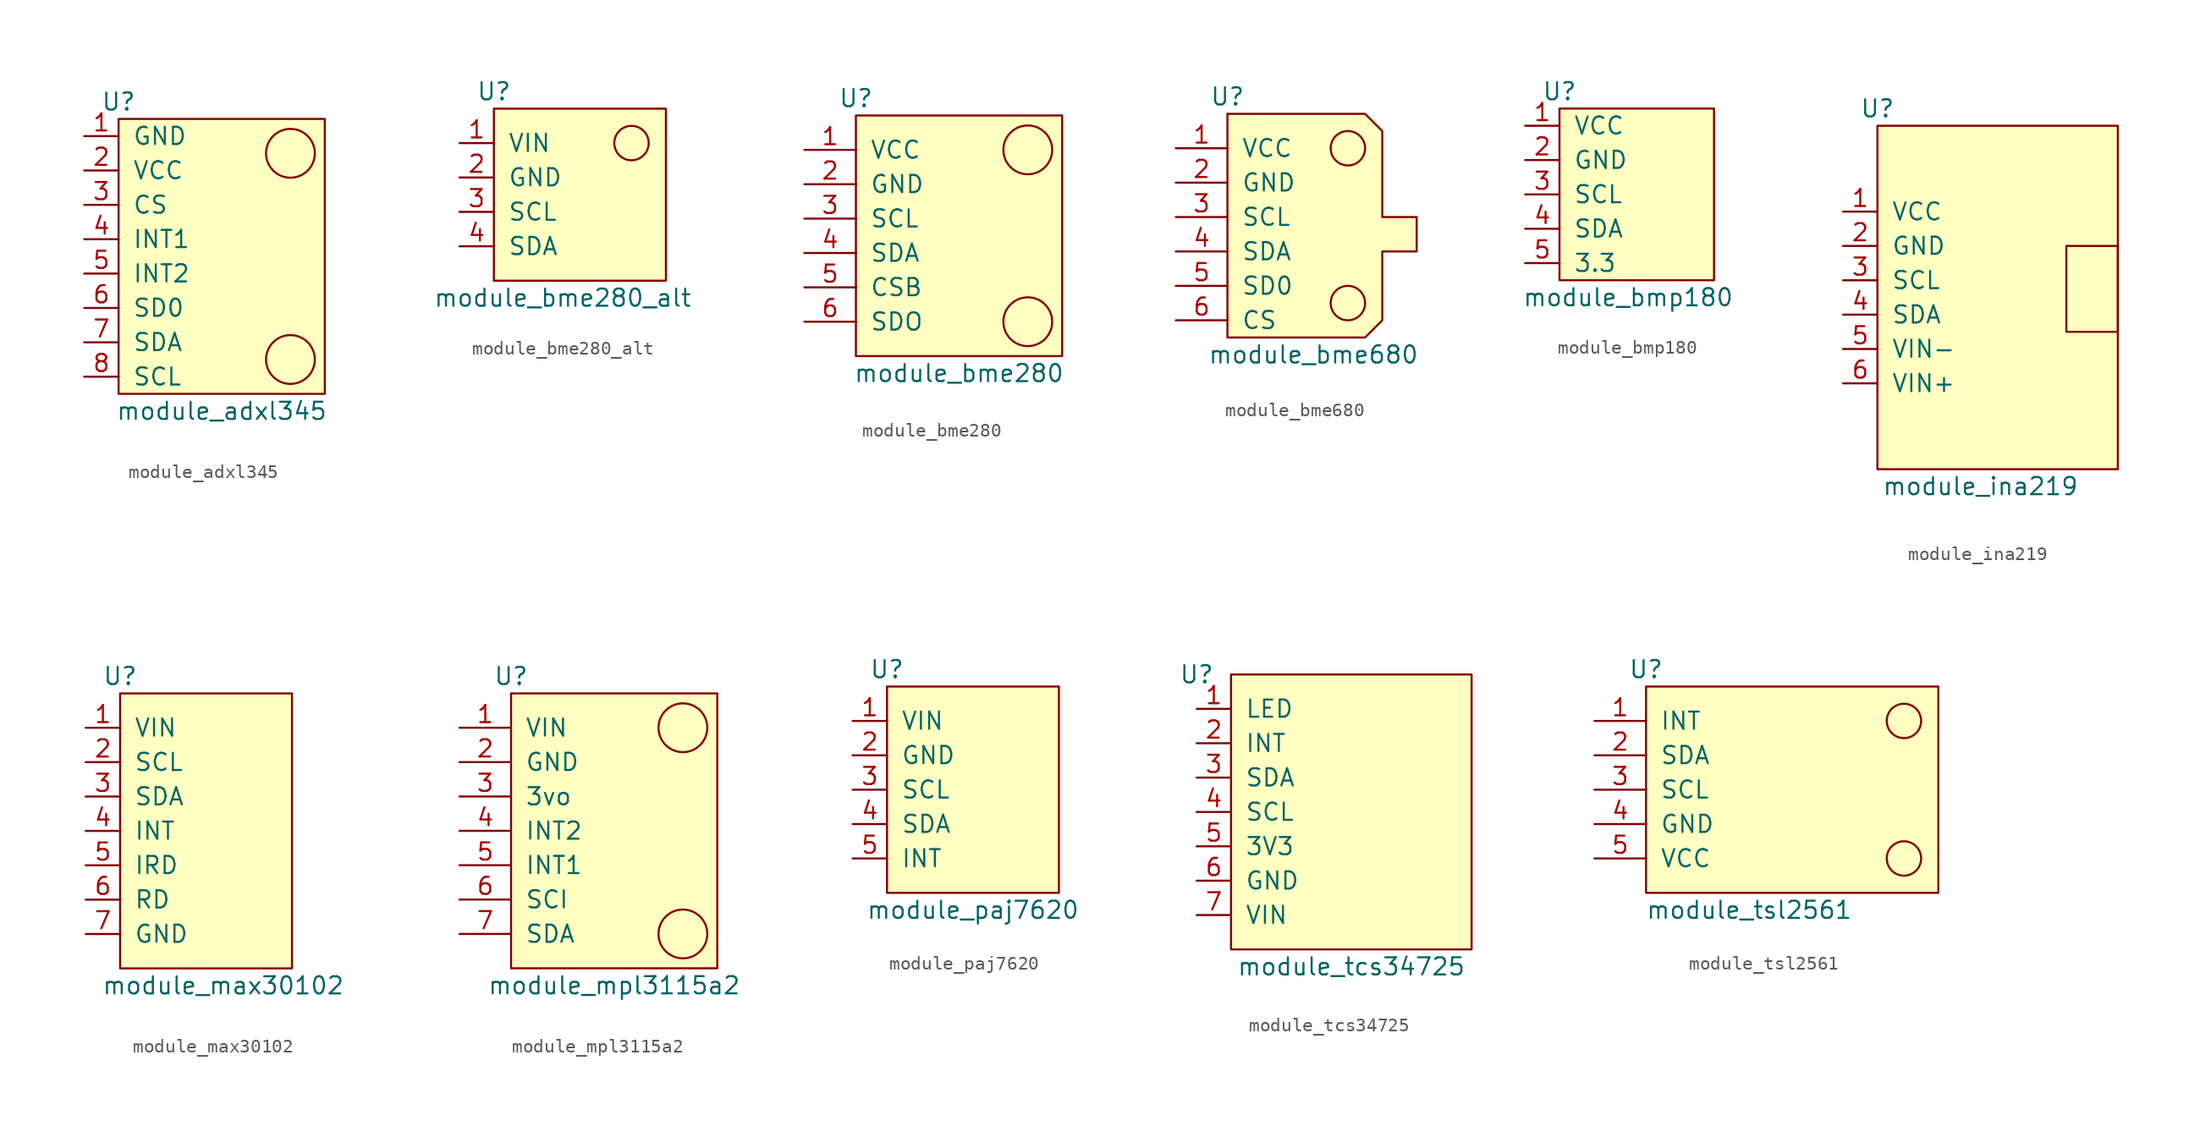
<source format=kicad_sym>
(kicad_symbol_lib
  (version 20241209)
  (generator "kicad_symbol_editor")
  (generator_version "9.0")
  (symbol "module_adxl345"
    (pin_names
      (offset 1.016))
    (property "Reference" "U"
      (at 2.54 13.97 0)
      (effects (font (size 1.27 1.27))))
    (property "Value" "module_adxl345"
      (at 10.16 -8.89 0)
      (effects (font (size 1.27 1.27))))
    (symbol "module_adxl345_0_1"
      (rectangle (start 2.54 12.7) (end 17.78 -7.62) (stroke (width 0) (type solid)) (fill (type background)))
      (circle (center 15.24 10.16) (radius 1.803) (stroke (width 0) (type solid)) (fill (type none)))
      (circle (center 15.24 -5.08) (radius 1.803) (stroke (width 0) (type solid)) (fill (type none))))
    (symbol "module_adxl345_1_1"
      (pin input line (at 0 11.43 0) (length 2.54) (name "GND" (effects (font (size 1.27 1.27)))) (number "1" (effects (font (size 1.27 1.27)))))
      (pin input line (at 0 8.89 0) (length 2.54) (name "VCC" (effects (font (size 1.27 1.27)))) (number "2" (effects (font (size 1.27 1.27)))))
      (pin input line (at 0 6.35 0) (length 2.54) (name "CS" (effects (font (size 1.27 1.27)))) (number "3" (effects (font (size 1.27 1.27)))))
      (pin input line (at 0 3.81 0) (length 2.54) (name "INT1" (effects (font (size 1.27 1.27)))) (number "4" (effects (font (size 1.27 1.27)))))
      (pin input line (at 0 1.27 0) (length 2.54) (name "INT2" (effects (font (size 1.27 1.27)))) (number "5" (effects (font (size 1.27 1.27)))))
      (pin input line (at 0 -1.27 0) (length 2.54) (name "SD0" (effects (font (size 1.27 1.27)))) (number "6" (effects (font (size 1.27 1.27)))))
      (pin input line (at 0 -3.81 0) (length 2.54) (name "SDA" (effects (font (size 1.27 1.27)))) (number "7" (effects (font (size 1.27 1.27)))))
      (pin input line (at 0 -6.35 0) (length 2.54) (name "SCL" (effects (font (size 1.27 1.27)))) (number "8" (effects (font (size 1.27 1.27)))))))
  (symbol "module_bme280_alt"
    (pin_names
      (offset 1.016))
    (property "Reference" "U"
      (at 2.54 17.78 0)
      (effects (font (size 1.27 1.27))))
    (property "Value" "module_bme280_alt"
      (at 7.62 2.54 0)
      (effects (font (size 1.27 1.27))))
    (symbol "module_bme280_alt_0_1"
      (rectangle (start 2.54 16.51) (end 15.24 3.81) (stroke (width 0) (type solid)) (fill (type background)))
      (circle (center 12.7 13.97) (radius 1.27) (stroke (width 0) (type solid)) (fill (type none))))
    (symbol "module_bme280_alt_1_1"
      (pin input line (at 0 13.97 0) (length 2.54) (name "VIN" (effects (font (size 1.27 1.27)))) (number "1" (effects (font (size 1.27 1.27)))))
      (pin input line (at 0 11.43 0) (length 2.54) (name "GND" (effects (font (size 1.27 1.27)))) (number "2" (effects (font (size 1.27 1.27)))))
      (pin input line (at 0 8.89 0) (length 2.54) (name "SCL" (effects (font (size 1.27 1.27)))) (number "3" (effects (font (size 1.27 1.27)))))
      (pin input line (at 0 6.35 0) (length 2.54) (name "SDA" (effects (font (size 1.27 1.27)))) (number "4" (effects (font (size 1.27 1.27)))))))
  (symbol "module_bme280"
    (pin_names
      (offset 1.016))
    (property "Reference" "U"
      (at 3.81 11.43 0)
      (effects (font (size 1.27 1.27))))
    (property "Value" "module_bme280"
      (at 11.43 -8.89 0)
      (effects (font (size 1.27 1.27))))
    (symbol "module_bme280_0_1"
      (rectangle (start 3.81 -7.62) (end 19.05 10.16) (stroke (width 0) (type solid)) (fill (type background)))
      (circle (center 16.51 7.62) (radius 1.803) (stroke (width 0) (type solid)) (fill (type none)))
      (circle (center 16.51 -5.08) (radius 1.803) (stroke (width 0) (type solid)) (fill (type none))))
    (symbol "module_bme280_1_1"
      (pin passive line (at 0 7.62 0) (length 3.81) (name "VCC" (effects (font (size 1.27 1.27)))) (number "1" (effects (font (size 1.27 1.27)))))
      (pin passive line (at 0 5.08 0) (length 3.81) (name "GND" (effects (font (size 1.27 1.27)))) (number "2" (effects (font (size 1.27 1.27)))))
      (pin passive line (at 0 2.54 0) (length 3.81) (name "SCL" (effects (font (size 1.27 1.27)))) (number "3" (effects (font (size 1.27 1.27)))))
      (pin passive line (at 0 0 0) (length 3.81) (name "SDA" (effects (font (size 1.27 1.27)))) (number "4" (effects (font (size 1.27 1.27)))))
      (pin passive line (at 0 -2.54 0) (length 3.81) (name "CSB" (effects (font (size 1.27 1.27)))) (number "5" (effects (font (size 1.27 1.27)))))
      (pin passive line (at 0 -5.08 0) (length 3.81) (name "SDO" (effects (font (size 1.27 1.27)))) (number "6" (effects (font (size 1.27 1.27)))))))
  (symbol "module_bme680"
    (pin_names
      (offset 1.016))
    (property "Reference" "U"
      (at 1.27 17.78 0)
      (effects (font (size 1.27 1.27))))
    (property "Value" "module_bme680"
      (at 7.62 -1.27 0)
      (effects (font (size 1.27 1.27))))
    (symbol "module_bme680_0_1"
      (polyline (pts (xy 1.27 16.51) (xy 1.27 16.51)) (stroke (width 0) (type solid)) (fill (type none)))
      (polyline (pts (xy 1.27 13.97) (xy 1.27 16.51) (xy 11.43 16.51) (xy 12.7 15.24) (xy 12.7 8.89) (xy 15.24 8.89) (xy 15.24 6.35) (xy 12.7 6.35) (xy 12.7 1.27) (xy 11.43 0) (xy 1.27 0) (xy 1.27 13.97) (xy 1.27 16.51)) (stroke (width 0) (type solid)) (fill (type background)))
      (circle (center 10.16 13.97) (radius 1.27) (stroke (width 0) (type solid)) (fill (type none)))
      (circle (center 10.16 2.54) (radius 1.27) (stroke (width 0) (type solid)) (fill (type none))))
    (symbol "module_bme680_1_1"
      (pin passive line (at -2.54 13.97 0) (length 3.81) (name "VCC" (effects (font (size 1.27 1.27)))) (number "1" (effects (font (size 1.27 1.27)))))
      (pin passive line (at -2.54 11.43 0) (length 3.81) (name "GND" (effects (font (size 1.27 1.27)))) (number "2" (effects (font (size 1.27 1.27)))))
      (pin passive line (at -2.54 8.89 0) (length 3.81) (name "SCL" (effects (font (size 1.27 1.27)))) (number "3" (effects (font (size 1.27 1.27)))))
      (pin passive line (at -2.54 6.35 0) (length 3.81) (name "SDA" (effects (font (size 1.27 1.27)))) (number "4" (effects (font (size 1.27 1.27)))))
      (pin passive line (at -2.54 3.81 0) (length 3.81) (name "SD0" (effects (font (size 1.27 1.27)))) (number "5" (effects (font (size 1.27 1.27)))))
      (pin passive line (at -2.54 1.27 0) (length 3.81) (name "CS" (effects (font (size 1.27 1.27)))) (number "6" (effects (font (size 1.27 1.27)))))))
  (symbol "module_bmp180"
    (pin_names
      (offset 1.016))
    (property "Reference" "U"
      (at 2.54 11.43 0)
      (effects (font (size 1.27 1.27))))
    (property "Value" "module_bmp180"
      (at 7.62 -3.81 0)
      (effects (font (size 1.27 1.27))))
    (symbol "module_bmp180_0_1"
      (rectangle (start 2.54 10.16) (end 13.97 -2.54) (stroke (width 0) (type solid)) (fill (type background))))
    (symbol "module_bmp180_1_1"
      (pin input line (at 0 8.89 0) (length 2.54) (name "VCC" (effects (font (size 1.27 1.27)))) (number "1" (effects (font (size 1.27 1.27)))))
      (pin input line (at 0 6.35 0) (length 2.54) (name "GND" (effects (font (size 1.27 1.27)))) (number "2" (effects (font (size 1.27 1.27)))))
      (pin input line (at 0 3.81 0) (length 2.54) (name "SCL" (effects (font (size 1.27 1.27)))) (number "3" (effects (font (size 1.27 1.27)))))
      (pin input line (at 0 1.27 0) (length 2.54) (name "SDA" (effects (font (size 1.27 1.27)))) (number "4" (effects (font (size 1.27 1.27)))))
      (pin input line (at 0 -1.27 0) (length 2.54) (name "3.3" (effects (font (size 1.27 1.27)))) (number "5" (effects (font (size 1.27 1.27)))))))
  (symbol "module_ina219"
    (pin_names
      (offset 1.016))
    (property "Reference" "U"
      (at 2.54 12.7 0)
      (effects (font (size 1.27 1.27))))
    (property "Value" "module_ina219"
      (at 10.16 -15.24 0)
      (effects (font (size 1.27 1.27))))
    (symbol "module_ina219_0_1"
      (rectangle (start 2.54 11.43) (end 20.32 -13.97) (stroke (width 0) (type solid)) (fill (type background)))
      (rectangle (start 20.32 2.54) (end 16.51 -3.81) (stroke (width 0) (type solid)) (fill (type none))))
    (symbol "module_ina219_1_1"
      (pin input line (at 0 5.08 0) (length 2.54) (name "VCC" (effects (font (size 1.27 1.27)))) (number "1" (effects (font (size 1.27 1.27)))))
      (pin input line (at 0 2.54 0) (length 2.54) (name "GND" (effects (font (size 1.27 1.27)))) (number "2" (effects (font (size 1.27 1.27)))))
      (pin input line (at 0 0 0) (length 2.54) (name "SCL" (effects (font (size 1.27 1.27)))) (number "3" (effects (font (size 1.27 1.27)))))
      (pin input line (at 0 -2.54 0) (length 2.54) (name "SDA" (effects (font (size 1.27 1.27)))) (number "4" (effects (font (size 1.27 1.27)))))
      (pin input line (at 0 -5.08 0) (length 2.54) (name "VIN-" (effects (font (size 1.27 1.27)))) (number "5" (effects (font (size 1.27 1.27)))))
      (pin input line (at 0 -7.62 0) (length 2.54) (name "VIN+" (effects (font (size 1.27 1.27)))) (number "6" (effects (font (size 1.27 1.27)))))))
  (symbol "module_max30102"
    (pin_names
      (offset 1.016))
    (property "Reference" "U"
      (at 2.54 12.7 0)
      (effects (font (size 1.27 1.27))))
    (property "Value" "module_max30102"
      (at 10.16 -10.16 0)
      (effects (font (size 1.27 1.27))))
    (symbol "module_max30102_0_1"
      (rectangle (start 2.54 11.43) (end 15.24 -8.89) (stroke (width 0) (type solid)) (fill (type background))))
    (symbol "module_max30102_1_1"
      (pin input line (at 0 8.89 0) (length 2.54) (name "VIN" (effects (font (size 1.27 1.27)))) (number "1" (effects (font (size 1.27 1.27)))))
      (pin input line (at 0 6.35 0) (length 2.54) (name "SCL" (effects (font (size 1.27 1.27)))) (number "2" (effects (font (size 1.27 1.27)))))
      (pin input line (at 0 3.81 0) (length 2.54) (name "SDA" (effects (font (size 1.27 1.27)))) (number "3" (effects (font (size 1.27 1.27)))))
      (pin input line (at 0 1.27 0) (length 2.54) (name "INT" (effects (font (size 1.27 1.27)))) (number "4" (effects (font (size 1.27 1.27)))))
      (pin input line (at 0 -1.27 0) (length 2.54) (name "IRD" (effects (font (size 1.27 1.27)))) (number "5" (effects (font (size 1.27 1.27)))))
      (pin input line (at 0 -3.81 0) (length 2.54) (name "RD" (effects (font (size 1.27 1.27)))) (number "6" (effects (font (size 1.27 1.27)))))
      (pin input line (at 0 -6.35 0) (length 2.54) (name "GND" (effects (font (size 1.27 1.27)))) (number "7" (effects (font (size 1.27 1.27)))))))
  (symbol "module_mpl3115a2"
    (pin_names
      (offset 1.016))
    (property "Reference" "U"
      (at 3.81 12.7 0)
      (effects (font (size 1.27 1.27))))
    (property "Value" "module_mpl3115a2"
      (at 11.43 -10.16 0)
      (effects (font (size 1.27 1.27))))
    (symbol "module_mpl3115a2_0_1"
      (rectangle (start 3.81 11.43) (end 19.05 -8.89) (stroke (width 0) (type solid)) (fill (type background)))
      (circle (center 16.51 8.89) (radius 1.803) (stroke (width 0) (type solid)) (fill (type none)))
      (circle (center 16.51 -6.35) (radius 1.803) (stroke (width 0) (type solid)) (fill (type none))))
    (symbol "module_mpl3115a2_1_1"
      (pin passive line (at 0 8.89 0) (length 3.81) (name "VIN" (effects (font (size 1.27 1.27)))) (number "1" (effects (font (size 1.27 1.27)))))
      (pin passive line (at 0 6.35 0) (length 3.81) (name "GND" (effects (font (size 1.27 1.27)))) (number "2" (effects (font (size 1.27 1.27)))))
      (pin passive line (at 0 3.81 0) (length 3.81) (name "3vo" (effects (font (size 1.27 1.27)))) (number "3" (effects (font (size 1.27 1.27)))))
      (pin passive line (at 0 1.27 0) (length 3.81) (name "INT2" (effects (font (size 1.27 1.27)))) (number "4" (effects (font (size 1.27 1.27)))))
      (pin passive line (at 0 -1.27 0) (length 3.81) (name "INT1" (effects (font (size 1.27 1.27)))) (number "5" (effects (font (size 1.27 1.27)))))
      (pin passive line (at 0 -3.81 0) (length 3.81) (name "SCI" (effects (font (size 1.27 1.27)))) (number "6" (effects (font (size 1.27 1.27)))))
      (pin passive line (at 0 -6.35 0) (length 3.81) (name "SDA" (effects (font (size 1.27 1.27)))) (number "7" (effects (font (size 1.27 1.27)))))))
  (symbol "module_paj7620"
    (pin_names
      (offset 1.016))
    (property "Reference" "U"
      (at 2.54 13.97 0)
      (effects (font (size 1.27 1.27))))
    (property "Value" "module_paj7620"
      (at 8.89 -3.81 0)
      (effects (font (size 1.27 1.27))))
    (symbol "module_paj7620_0_1"
      (rectangle (start 2.54 12.7) (end 15.24 -2.54) (stroke (width 0) (type solid)) (fill (type background))))
    (symbol "module_paj7620_1_1"
      (pin input line (at 0 10.16 0) (length 2.54) (name "VIN" (effects (font (size 1.27 1.27)))) (number "1" (effects (font (size 1.27 1.27)))))
      (pin input line (at 0 7.62 0) (length 2.54) (name "GND" (effects (font (size 1.27 1.27)))) (number "2" (effects (font (size 1.27 1.27)))))
      (pin input line (at 0 5.08 0) (length 2.54) (name "SCL" (effects (font (size 1.27 1.27)))) (number "3" (effects (font (size 1.27 1.27)))))
      (pin input line (at 0 2.54 0) (length 2.54) (name "SDA" (effects (font (size 1.27 1.27)))) (number "4" (effects (font (size 1.27 1.27)))))
      (pin input line (at 0 0 0) (length 2.54) (name "INT" (effects (font (size 1.27 1.27)))) (number "5" (effects (font (size 1.27 1.27)))))))
  (symbol "module_tcs34725"
    (pin_names
      (offset 1.016))
    (property "Reference" "U"
      (at 0 17.78 0)
      (effects (font (size 1.27 1.27))))
    (property "Value" "module_tcs34725"
      (at 11.43 -3.81 0)
      (effects (font (size 1.27 1.27))))
    (symbol "module_tcs34725_0_1"
      (rectangle (start 2.54 17.78) (end 20.32 -2.54) (stroke (width 0) (type solid)) (fill (type background))))
    (symbol "module_tcs34725_1_1"
      (pin input line (at 0 15.24 0) (length 2.54) (name "LED" (effects (font (size 1.27 1.27)))) (number "1" (effects (font (size 1.27 1.27)))))
      (pin input line (at 0 12.7 0) (length 2.54) (name "INT" (effects (font (size 1.27 1.27)))) (number "2" (effects (font (size 1.27 1.27)))))
      (pin input line (at 0 10.16 0) (length 2.54) (name "SDA" (effects (font (size 1.27 1.27)))) (number "3" (effects (font (size 1.27 1.27)))))
      (pin input line (at 0 7.62 0) (length 2.54) (name "SCL" (effects (font (size 1.27 1.27)))) (number "4" (effects (font (size 1.27 1.27)))))
      (pin input line (at 0 5.08 0) (length 2.54) (name "3V3" (effects (font (size 1.27 1.27)))) (number "5" (effects (font (size 1.27 1.27)))))
      (pin input line (at 0 2.54 0) (length 2.54) (name "GND" (effects (font (size 1.27 1.27)))) (number "6" (effects (font (size 1.27 1.27)))))
      (pin input line (at 0 0 0) (length 2.54) (name "VIN" (effects (font (size 1.27 1.27)))) (number "7" (effects (font (size 1.27 1.27)))))))
  (symbol "module_tsl2561"
    (pin_names
      (offset 1.016))
    (property "Reference" "U"
      (at 3.81 7.62 0)
      (effects (font (size 1.27 1.27))))
    (property "Value" "module_tsl2561"
      (at 11.43 -10.16 0)
      (effects (font (size 1.27 1.27))))
    (symbol "module_tsl2561_0_1"
      (rectangle (start 3.81 6.35) (end 25.4 -8.89) (stroke (width 0) (type solid)) (fill (type background)))
      (circle (center 22.86 3.81) (radius 1.27) (stroke (width 0) (type solid)) (fill (type none)))
      (circle (center 22.86 -6.35) (radius 1.27) (stroke (width 0) (type solid)) (fill (type none))))
    (symbol "module_tsl2561_1_1"
      (pin passive line (at 0 3.81 0) (length 3.81) (name "INT" (effects (font (size 1.27 1.27)))) (number "1" (effects (font (size 1.27 1.27)))))
      (pin passive line (at 0 1.27 0) (length 3.81) (name "SDA" (effects (font (size 1.27 1.27)))) (number "2" (effects (font (size 1.27 1.27)))))
      (pin passive line (at 0 -1.27 0) (length 3.81) (name "SCL" (effects (font (size 1.27 1.27)))) (number "3" (effects (font (size 1.27 1.27)))))
      (pin passive line (at 0 -3.81 0) (length 3.81) (name "GND" (effects (font (size 1.27 1.27)))) (number "4" (effects (font (size 1.27 1.27)))))
      (pin passive line (at 0 -6.35 0) (length 3.81) (name "VCC" (effects (font (size 1.27 1.27)))) (number "5" (effects (font (size 1.27 1.27))))))))
</source>
